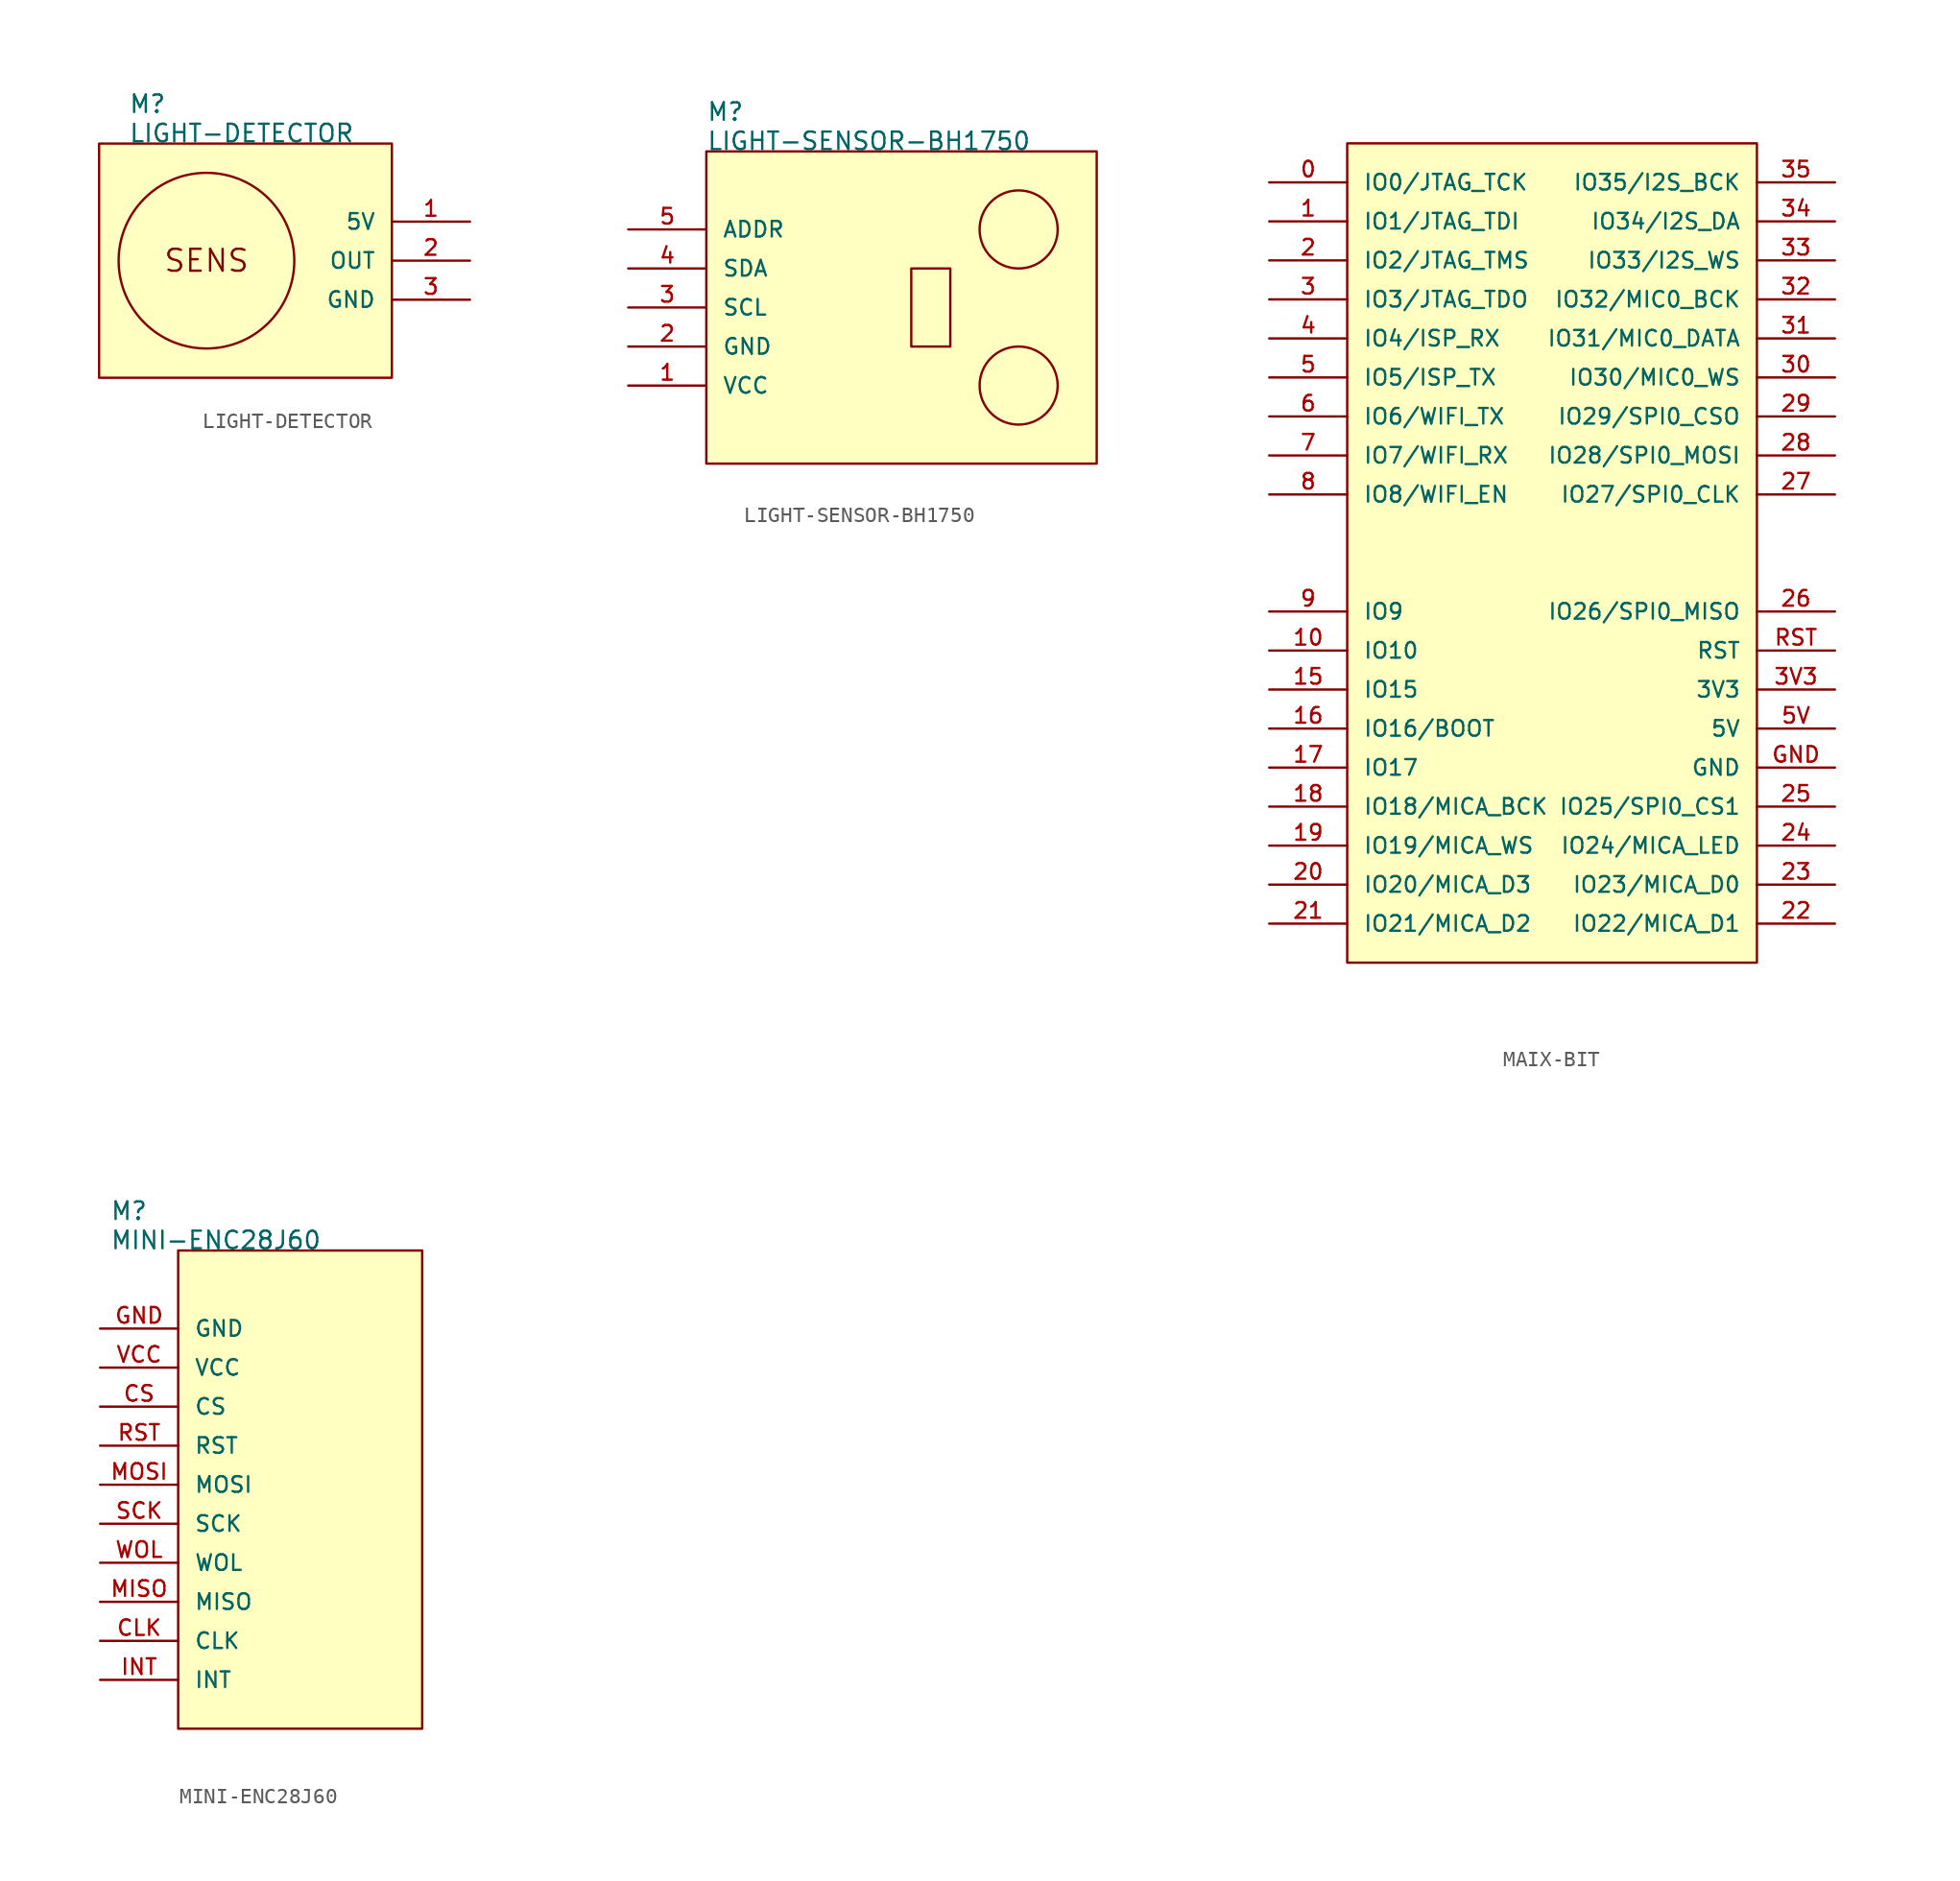
<source format=kicad_sym>
(kicad_symbol_lib
  (version 20231120)
  (generator "kicad_symbol_editor")
  (generator_version "8.0")
  (symbol "LIGHT-DETECTOR"
    (pin_names
      (offset 1.016))
    (property "Reference" "M"
      (at -9.525 9.525 0)
      (effects (font (size 1.143 1.143)) (justify left bottom)))
    (property "Value" "LIGHT-DETECTOR"
      (at -9.525 7.62 0)
      (effects (font (size 1.143 1.143)) (justify left bottom)))
    (property "ki_locked" ""
      (at 0 0 0)
      (effects (font (size 1.27 1.27))))
    (symbol "LIGHT-DETECTOR_1_0"
      (text "SENS" (at -4.445 0 0) (effects (font (size 1.422 1.422)))))
    (symbol "LIGHT-DETECTOR_1_1"
      (circle (center -4.445 0) (radius 5.715) (stroke (width 0) (type default)) (fill (type none)))
      (rectangle (start 7.62 -7.62) (end -11.43 7.62) (stroke (width 0) (type default)) (fill (type background)))
      (pin power_in line (at 12.7 2.54 180) (length 5.08) (name "5V" (effects (font (size 1.016 1.016)))) (number "1" (effects (font (size 1.016 1.016)))))
      (pin bidirectional line (at 12.7 0 180) (length 5.08) (name "OUT" (effects (font (size 1.016 1.016)))) (number "2" (effects (font (size 1.016 1.016)))))
      (pin power_in line (at 12.7 -2.54 180) (length 5.08) (name "GND" (effects (font (size 1.016 1.016)))) (number "3" (effects (font (size 1.016 1.016)))))))
  (symbol "LIGHT-SENSOR-BH1750"
    (pin_names
      (offset 1.016))
    (property "Reference" "M"
      (at -12.7 12.065 0)
      (effects (font (size 1.143 1.143)) (justify left bottom)))
    (property "Value" "LIGHT-SENSOR-BH1750"
      (at -12.7 10.16 0)
      (effects (font (size 1.143 1.143)) (justify left bottom)))
    (property "ki_locked" ""
      (at 0 0 0)
      (effects (font (size 1.27 1.27))))
    (symbol "LIGHT-SENSOR-BH1750_1_1"
      (rectangle (start -12.7 10.16) (end 12.7 -10.16) (stroke (width 0) (type default)) (fill (type background)))
      (rectangle (start 0.635 2.54) (end 3.175 -2.54) (stroke (width 0) (type default)) (fill (type none)))
      (circle (center 7.62 -5.08) (radius 2.54) (stroke (width 0) (type default)) (fill (type none)))
      (circle (center 7.62 5.08) (radius 2.54) (stroke (width 0) (type default)) (fill (type none)))
      (pin power_in line (at -17.78 -5.08 0) (length 5.08) (name "VCC" (effects (font (size 1.016 1.016)))) (number "1" (effects (font (size 1.016 1.016)))))
      (pin power_in line (at -17.78 -2.54 0) (length 5.08) (name "GND" (effects (font (size 1.016 1.016)))) (number "2" (effects (font (size 1.016 1.016)))))
      (pin bidirectional line (at -17.78 0 0) (length 5.08) (name "SCL" (effects (font (size 1.016 1.016)))) (number "3" (effects (font (size 1.016 1.016)))))
      (pin bidirectional line (at -17.78 2.54 0) (length 5.08) (name "SDA" (effects (font (size 1.016 1.016)))) (number "4" (effects (font (size 1.016 1.016)))))
      (pin bidirectional line (at -17.78 5.08 0) (length 5.08) (name "ADDR" (effects (font (size 1.016 1.016)))) (number "5" (effects (font (size 1.016 1.016)))))))
  (symbol "MAIX-BIT"
    (pin_names
      (offset 1.016))
    (property "Reference" "M"
      (at -3.175 1.905 0)
      (effects (font (size 1.143 1.143)) (hide yes)))
    (property "ki_locked" ""
      (at 0 0 0)
      (effects (font (size 1.27 1.27))))
    (symbol "MAIX-BIT_1_1"
      (rectangle (start -13.335 26.67) (end 13.335 -26.67) (stroke (width 0) (type default)) (fill (type background)))
      (pin bidirectional line (at -18.415 24.13 0) (length 5.08) (name "IO0/JTAG_TCK" (effects (font (size 1.016 1.016)))) (number "0" (effects (font (size 1.016 1.016)))))
      (pin bidirectional line (at -18.415 21.59 0) (length 5.08) (name "IO1/JTAG_TDI" (effects (font (size 1.016 1.016)))) (number "1" (effects (font (size 1.016 1.016)))))
      (pin bidirectional line (at -18.415 -6.35 0) (length 5.08) (name "IO10" (effects (font (size 1.016 1.016)))) (number "10" (effects (font (size 1.016 1.016)))))
      (pin bidirectional line (at -18.415 -8.89 0) (length 5.08) (name "IO15" (effects (font (size 1.016 1.016)))) (number "15" (effects (font (size 1.016 1.016)))))
      (pin bidirectional line (at -18.415 -11.43 0) (length 5.08) (name "IO16/BOOT" (effects (font (size 1.016 1.016)))) (number "16" (effects (font (size 1.016 1.016)))))
      (pin bidirectional line (at -18.415 -13.97 0) (length 5.08) (name "IO17" (effects (font (size 1.016 1.016)))) (number "17" (effects (font (size 1.016 1.016)))))
      (pin bidirectional line (at -18.415 -16.51 0) (length 5.08) (name "IO18/MICA_BCK" (effects (font (size 1.016 1.016)))) (number "18" (effects (font (size 1.016 1.016)))))
      (pin bidirectional line (at -18.415 -19.05 0) (length 5.08) (name "IO19/MICA_WS" (effects (font (size 1.016 1.016)))) (number "19" (effects (font (size 1.016 1.016)))))
      (pin bidirectional line (at -18.415 19.05 0) (length 5.08) (name "IO2/JTAG_TMS" (effects (font (size 1.016 1.016)))) (number "2" (effects (font (size 1.016 1.016)))))
      (pin bidirectional line (at -18.415 -21.59 0) (length 5.08) (name "IO20/MICA_D3" (effects (font (size 1.016 1.016)))) (number "20" (effects (font (size 1.016 1.016)))))
      (pin bidirectional line (at -18.415 -24.13 0) (length 5.08) (name "IO21/MICA_D2" (effects (font (size 1.016 1.016)))) (number "21" (effects (font (size 1.016 1.016)))))
      (pin bidirectional line (at 18.415 -24.13 180) (length 5.08) (name "IO22/MICA_D1" (effects (font (size 1.016 1.016)))) (number "22" (effects (font (size 1.016 1.016)))))
      (pin bidirectional line (at 18.415 -21.59 180) (length 5.08) (name "IO23/MICA_D0" (effects (font (size 1.016 1.016)))) (number "23" (effects (font (size 1.016 1.016)))))
      (pin bidirectional line (at 18.415 -19.05 180) (length 5.08) (name "IO24/MICA_LED" (effects (font (size 1.016 1.016)))) (number "24" (effects (font (size 1.016 1.016)))))
      (pin bidirectional line (at 18.415 -16.51 180) (length 5.08) (name "IO25/SPI0_CS1" (effects (font (size 1.016 1.016)))) (number "25" (effects (font (size 1.016 1.016)))))
      (pin bidirectional line (at 18.415 -3.81 180) (length 5.08) (name "IO26/SPI0_MISO" (effects (font (size 1.016 1.016)))) (number "26" (effects (font (size 1.016 1.016)))))
      (pin bidirectional line (at 18.415 3.81 180) (length 5.08) (name "IO27/SPI0_CLK" (effects (font (size 1.016 1.016)))) (number "27" (effects (font (size 1.016 1.016)))))
      (pin bidirectional line (at 18.415 6.35 180) (length 5.08) (name "IO28/SPI0_MOSI" (effects (font (size 1.016 1.016)))) (number "28" (effects (font (size 1.016 1.016)))))
      (pin bidirectional line (at 18.415 8.89 180) (length 5.08) (name "IO29/SPI0_CSO" (effects (font (size 1.016 1.016)))) (number "29" (effects (font (size 1.016 1.016)))))
      (pin bidirectional line (at -18.415 16.51 0) (length 5.08) (name "IO3/JTAG_TDO" (effects (font (size 1.016 1.016)))) (number "3" (effects (font (size 1.016 1.016)))))
      (pin bidirectional line (at 18.415 11.43 180) (length 5.08) (name "IO30/MIC0_WS" (effects (font (size 1.016 1.016)))) (number "30" (effects (font (size 1.016 1.016)))))
      (pin bidirectional line (at 18.415 13.97 180) (length 5.08) (name "IO31/MIC0_DATA" (effects (font (size 1.016 1.016)))) (number "31" (effects (font (size 1.016 1.016)))))
      (pin bidirectional line (at 18.415 16.51 180) (length 5.08) (name "IO32/MIC0_BCK" (effects (font (size 1.016 1.016)))) (number "32" (effects (font (size 1.016 1.016)))))
      (pin bidirectional line (at 18.415 19.05 180) (length 5.08) (name "IO33/I2S_WS" (effects (font (size 1.016 1.016)))) (number "33" (effects (font (size 1.016 1.016)))))
      (pin bidirectional line (at 18.415 21.59 180) (length 5.08) (name "IO34/I2S_DA" (effects (font (size 1.016 1.016)))) (number "34" (effects (font (size 1.016 1.016)))))
      (pin bidirectional line (at 18.415 24.13 180) (length 5.08) (name "IO35/I2S_BCK" (effects (font (size 1.016 1.016)))) (number "35" (effects (font (size 1.016 1.016)))))
      (pin bidirectional line (at 18.415 -8.89 180) (length 5.08) (name "3V3" (effects (font (size 1.016 1.016)))) (number "3V3" (effects (font (size 1.016 1.016)))))
      (pin bidirectional line (at -18.415 13.97 0) (length 5.08) (name "IO4/ISP_RX" (effects (font (size 1.016 1.016)))) (number "4" (effects (font (size 1.016 1.016)))))
      (pin bidirectional line (at -18.415 11.43 0) (length 5.08) (name "IO5/ISP_TX" (effects (font (size 1.016 1.016)))) (number "5" (effects (font (size 1.016 1.016)))))
      (pin bidirectional line (at 18.415 -11.43 180) (length 5.08) (name "5V" (effects (font (size 1.016 1.016)))) (number "5V" (effects (font (size 1.016 1.016)))))
      (pin bidirectional line (at -18.415 8.89 0) (length 5.08) (name "IO6/WIFI_TX" (effects (font (size 1.016 1.016)))) (number "6" (effects (font (size 1.016 1.016)))))
      (pin bidirectional line (at -18.415 6.35 0) (length 5.08) (name "IO7/WIFI_RX" (effects (font (size 1.016 1.016)))) (number "7" (effects (font (size 1.016 1.016)))))
      (pin bidirectional line (at -18.415 3.81 0) (length 5.08) (name "IO8/WIFI_EN" (effects (font (size 1.016 1.016)))) (number "8" (effects (font (size 1.016 1.016)))))
      (pin bidirectional line (at -18.415 -3.81 0) (length 5.08) (name "IO9" (effects (font (size 1.016 1.016)))) (number "9" (effects (font (size 1.016 1.016)))))
      (pin bidirectional line (at 18.415 -13.97 180) (length 5.08) (name "GND" (effects (font (size 1.016 1.016)))) (number "GND" (effects (font (size 1.016 1.016)))))
      (pin bidirectional line (at 18.415 -6.35 180) (length 5.08) (name "RST" (effects (font (size 1.016 1.016)))) (number "RST" (effects (font (size 1.016 1.016)))))))
  (symbol "MINI-ENC28J60"
    (pin_names
      (offset 1.016))
    (property "Reference" "M"
      (at -8.89 17.145 0)
      (effects (font (size 1.143 1.143)) (justify left bottom)))
    (property "Value" "MINI-ENC28J60"
      (at -8.89 15.24 0)
      (effects (font (size 1.143 1.143)) (justify left bottom)))
    (property "ki_locked" ""
      (at 0 0 0)
      (effects (font (size 1.27 1.27))))
    (symbol "MINI-ENC28J60_1_1"
      (rectangle (start -4.445 15.24) (end 11.43 -15.875) (stroke (width 0) (type default)) (fill (type background)))
      (pin bidirectional line (at -9.525 -10.16 0) (length 5.08) (name "CLK" (effects (font (size 1.016 1.016)))) (number "CLK" (effects (font (size 1.016 1.016)))))
      (pin bidirectional line (at -9.525 5.08 0) (length 5.08) (name "CS" (effects (font (size 1.016 1.016)))) (number "CS" (effects (font (size 1.016 1.016)))))
      (pin bidirectional line (at -9.525 10.16 0) (length 5.08) (name "GND" (effects (font (size 1.016 1.016)))) (number "GND" (effects (font (size 1.016 1.016)))))
      (pin bidirectional line (at -9.525 -12.7 0) (length 5.08) (name "INT" (effects (font (size 1.016 1.016)))) (number "INT" (effects (font (size 1.016 1.016)))))
      (pin bidirectional line (at -9.525 -7.62 0) (length 5.08) (name "MISO" (effects (font (size 1.016 1.016)))) (number "MISO" (effects (font (size 1.016 1.016)))))
      (pin bidirectional line (at -9.525 0 0) (length 5.08) (name "MOSI" (effects (font (size 1.016 1.016)))) (number "MOSI" (effects (font (size 1.016 1.016)))))
      (pin bidirectional line (at -9.525 2.54 0) (length 5.08) (name "RST" (effects (font (size 1.016 1.016)))) (number "RST" (effects (font (size 1.016 1.016)))))
      (pin bidirectional line (at -9.525 -2.54 0) (length 5.08) (name "SCK" (effects (font (size 1.016 1.016)))) (number "SCK" (effects (font (size 1.016 1.016)))))
      (pin bidirectional line (at -9.525 7.62 0) (length 5.08) (name "VCC" (effects (font (size 1.016 1.016)))) (number "VCC" (effects (font (size 1.016 1.016)))))
      (pin bidirectional line (at -9.525 -5.08 0) (length 5.08) (name "WOL" (effects (font (size 1.016 1.016)))) (number "WOL" (effects (font (size 1.016 1.016))))))))
</source>
